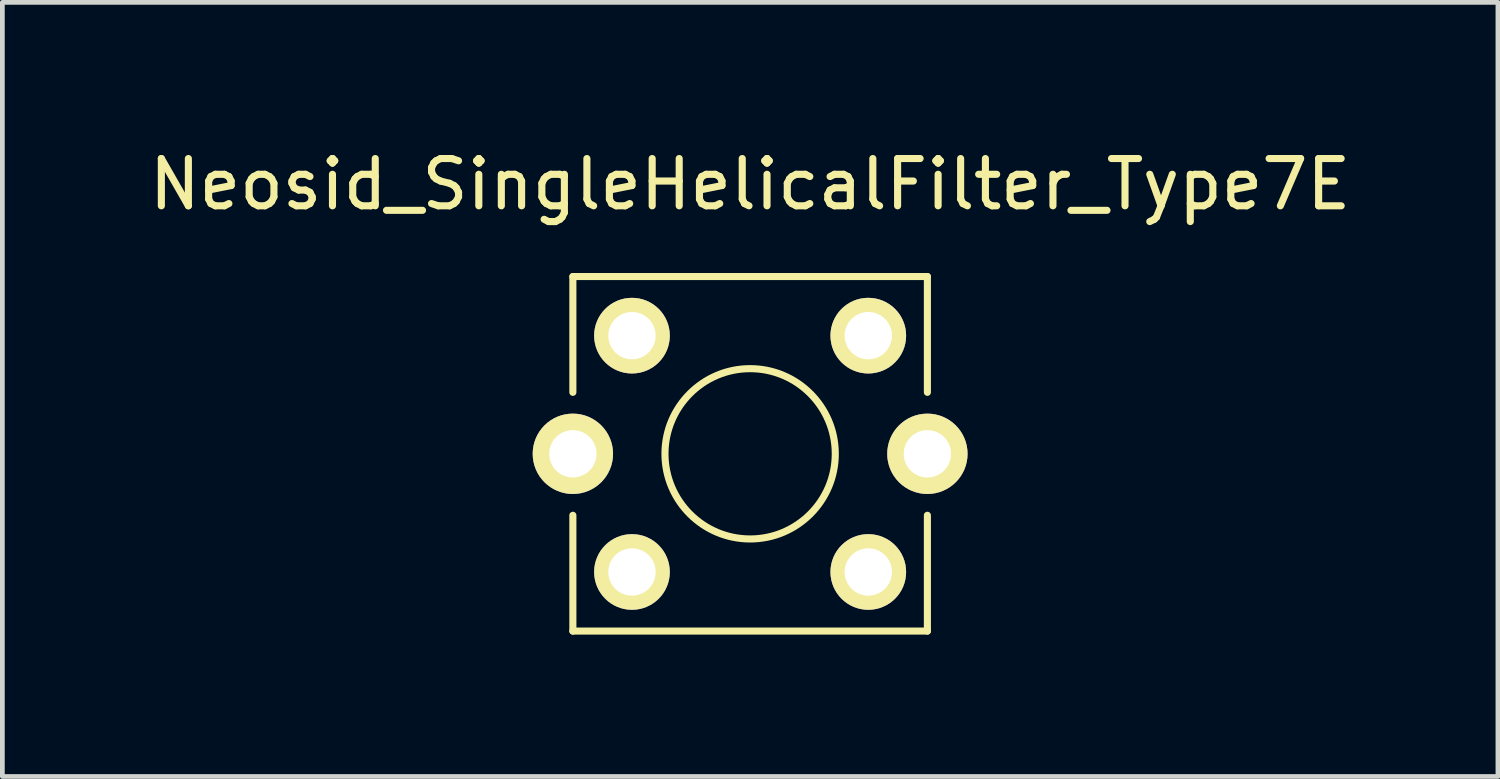
<source format=kicad_pcb>
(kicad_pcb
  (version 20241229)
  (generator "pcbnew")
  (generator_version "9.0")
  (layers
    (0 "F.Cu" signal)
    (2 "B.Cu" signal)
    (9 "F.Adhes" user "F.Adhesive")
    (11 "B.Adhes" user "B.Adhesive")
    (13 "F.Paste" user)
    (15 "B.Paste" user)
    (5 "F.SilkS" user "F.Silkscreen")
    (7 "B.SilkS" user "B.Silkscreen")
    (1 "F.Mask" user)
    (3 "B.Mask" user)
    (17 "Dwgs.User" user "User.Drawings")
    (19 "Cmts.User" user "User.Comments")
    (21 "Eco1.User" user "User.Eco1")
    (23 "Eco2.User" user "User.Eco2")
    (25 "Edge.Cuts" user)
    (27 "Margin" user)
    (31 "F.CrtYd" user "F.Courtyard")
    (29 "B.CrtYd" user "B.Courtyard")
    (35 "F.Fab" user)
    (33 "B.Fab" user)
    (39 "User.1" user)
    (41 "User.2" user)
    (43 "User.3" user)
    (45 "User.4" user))
  (footprint "Neosid_SingleHelicalFilter_Type7E"
    (layer "F.Cu")
    (at 12.815 6.548)
    (property "Reference" "Neosid_SingleHelicalFilter_Type7E" (at 0 -5.7 0) (layer "F.SilkS") (effects (font (size 1 1) (thickness 0.15))))
    (attr through_hole)
    (fp_line (start -3.749 -3.749) (end -3.749 -1.3) (stroke (width 0.15) (type solid)) (layer "F.SilkS"))
    (fp_line (start -3.749 1.3) (end -3.749 3.749) (stroke (width 0.15) (type solid)) (layer "F.SilkS"))
    (fp_line (start -3.749 3.749) (end 3.749 3.749) (stroke (width 0.15) (type solid)) (layer "F.SilkS"))
    (fp_line (start 3.749 -3.749) (end -3.749 -3.749) (stroke (width 0.15) (type solid)) (layer "F.SilkS"))
    (fp_line (start 3.749 -1.3) (end 3.749 -3.749) (stroke (width 0.15) (type solid)) (layer "F.SilkS"))
    (fp_line (start 3.749 3.749) (end 3.749 1.3) (stroke (width 0.15) (type solid)) (layer "F.SilkS"))
    (fp_circle (center 0 0) (end 1.801 0) (stroke (width 0.15) (type solid)) (fill no) (layer "F.SilkS"))
    (pad "1" thru_hole circle (at 2.499 2.499 90) (size 1.6 1.6) (drill 1.001) (layers "*.Cu" "*.Mask" "F.SilkS"))
    (pad "2" thru_hole circle (at 2.499 -2.499 90) (size 1.6 1.6) (drill 1.001) (layers "*.Cu" "*.Mask" "F.SilkS"))
    (pad "4" thru_hole circle (at -2.499 -2.499 90) (size 1.6 1.6) (drill 1.001) (layers "*.Cu" "*.Mask" "F.SilkS"))
    (pad "5" thru_hole circle (at -2.499 2.499 90) (size 1.6 1.6) (drill 1.001) (layers "*.Cu" "*.Mask" "F.SilkS"))
    (pad "~" thru_hole circle (at -3.749 0 90) (size 1.699 1.699) (drill 1.001) (layers "*.Cu" "*.Mask" "F.SilkS"))
    (pad "~" thru_hole circle (at 3.749 0 90) (size 1.699 1.699) (drill 1.001) (layers "*.Cu" "*.Mask" "F.SilkS")))
  (gr_rect
    (start -3 -3)
    (end 28.631 13.372)
    (stroke (width 0.1) (type default))
    (fill no)
    (layer "Edge.Cuts")))
</source>
